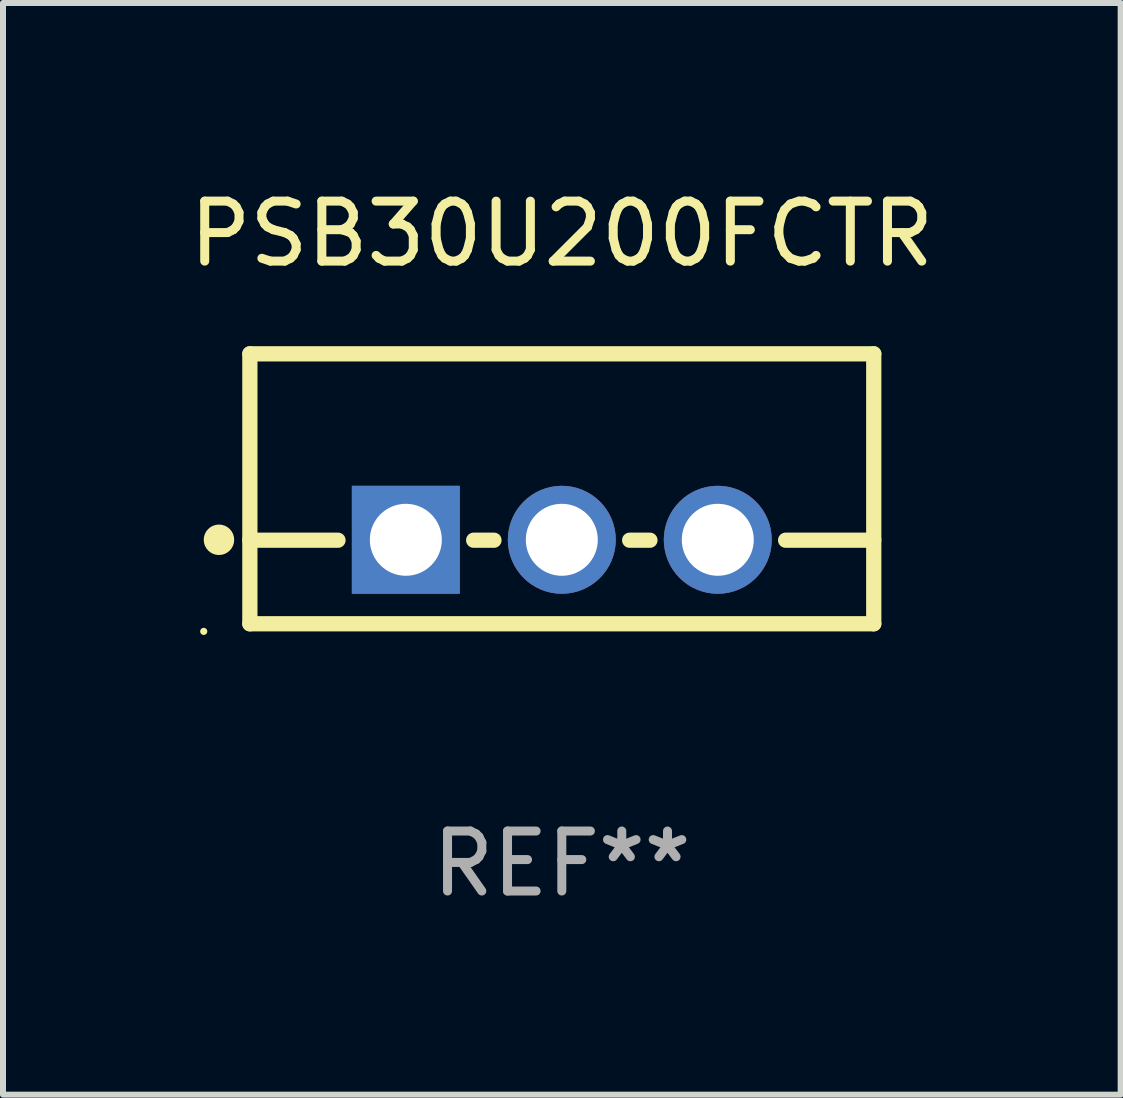
<source format=kicad_pcb>
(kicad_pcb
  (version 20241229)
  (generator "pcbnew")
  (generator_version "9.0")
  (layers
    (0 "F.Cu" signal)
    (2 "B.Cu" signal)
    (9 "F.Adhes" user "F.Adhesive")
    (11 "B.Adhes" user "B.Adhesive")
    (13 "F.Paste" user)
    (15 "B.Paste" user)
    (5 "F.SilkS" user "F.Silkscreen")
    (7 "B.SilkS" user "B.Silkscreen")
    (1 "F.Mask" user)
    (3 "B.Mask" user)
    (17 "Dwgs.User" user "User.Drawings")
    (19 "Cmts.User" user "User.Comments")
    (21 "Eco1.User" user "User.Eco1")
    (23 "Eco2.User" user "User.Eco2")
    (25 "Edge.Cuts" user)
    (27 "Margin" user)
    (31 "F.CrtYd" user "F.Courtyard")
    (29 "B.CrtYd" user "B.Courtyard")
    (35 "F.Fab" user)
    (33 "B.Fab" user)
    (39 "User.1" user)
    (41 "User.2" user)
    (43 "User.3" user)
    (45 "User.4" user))
  (footprint "PSB30U200FCTR"
    (layer "F.Cu")
    (at 6.315 5.098)
    (property "Reference" "PSB30U200FCTR" (at 0 -4.25 0) (layer "F.SilkS") (effects (font (size 1 1) (thickness 0.15))))
    (attr through_hole)
    (fp_line (start -5.2 -2.25) (end -5.2 2.25) (stroke (width 0.254) (type solid)) (layer "F.SilkS"))
    (fp_line (start -5.2 -2.25) (end 5.2 -2.25) (stroke (width 0.254) (type solid)) (layer "F.SilkS"))
    (fp_line (start -5.2 0.857) (end -3.731 0.857) (stroke (width 0.254) (type solid)) (layer "F.SilkS"))
    (fp_line (start -5.2 2.25) (end 5.2 2.25) (stroke (width 0.254) (type solid)) (layer "F.SilkS"))
    (fp_line (start -1.469 0.857) (end -1.131 0.857) (stroke (width 0.254) (type solid)) (layer "F.SilkS"))
    (fp_line (start 1.131 0.857) (end 1.469 0.857) (stroke (width 0.254) (type solid)) (layer "F.SilkS"))
    (fp_line (start 3.731 0.857) (end 5.2 0.857) (stroke (width 0.254) (type solid)) (layer "F.SilkS"))
    (fp_line (start 5.2 -2.25) (end 5.2 2.25) (stroke (width 0.254) (type solid)) (layer "F.SilkS"))
    (fp_circle (center -5.969 2.377) (end -5.939 2.377) (stroke (width 0.06) (type solid)) (fill no) (layer "F.SilkS"))
    (fp_circle (center -5.715 0.85) (end -5.588 0.85) (stroke (width 0.254) (type solid)) (fill no) (layer "F.SilkS"))
    (fp_text user "REF**" (at 0 6.25 0) (layer "F.Fab") (effects (font (size 1 1) (thickness 0.15))))
    (pad "1" thru_hole rect (at -2.6 0.85) (size 1.8 1.8) (drill 1.2) (layers "*.Cu" "*.Mask"))
    (pad "2" thru_hole circle (at 0 0.85) (size 1.8 1.8) (drill 1.2) (layers "*.Cu" "*.Mask"))
    (pad "3" thru_hole circle (at 2.6 0.85) (size 1.8 1.8) (drill 1.2) (layers "*.Cu" "*.Mask")))
  (gr_rect
    (start -3 -3)
    (end 15.631 15.197)
    (stroke (width 0.1) (type default))
    (fill no)
    (layer "Edge.Cuts")))
</source>
